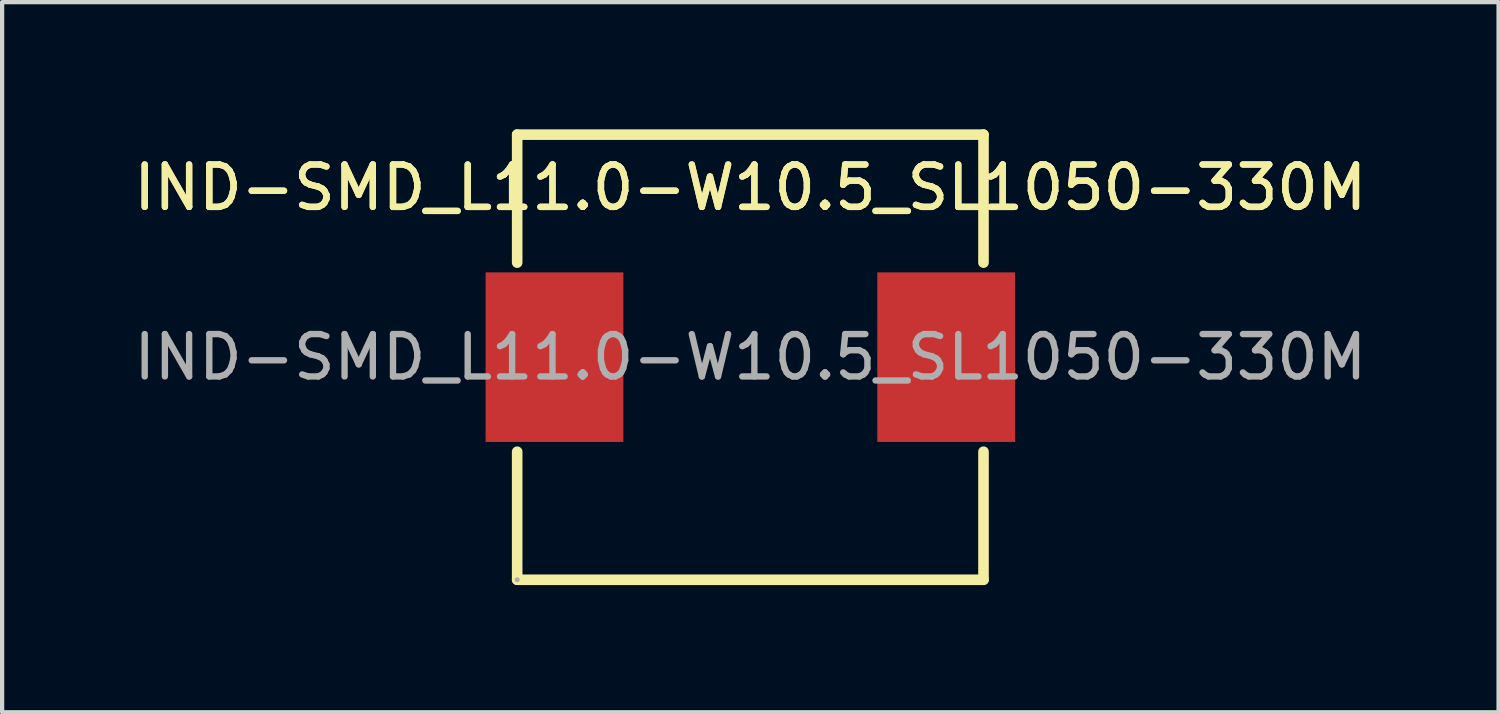
<source format=kicad_pcb>
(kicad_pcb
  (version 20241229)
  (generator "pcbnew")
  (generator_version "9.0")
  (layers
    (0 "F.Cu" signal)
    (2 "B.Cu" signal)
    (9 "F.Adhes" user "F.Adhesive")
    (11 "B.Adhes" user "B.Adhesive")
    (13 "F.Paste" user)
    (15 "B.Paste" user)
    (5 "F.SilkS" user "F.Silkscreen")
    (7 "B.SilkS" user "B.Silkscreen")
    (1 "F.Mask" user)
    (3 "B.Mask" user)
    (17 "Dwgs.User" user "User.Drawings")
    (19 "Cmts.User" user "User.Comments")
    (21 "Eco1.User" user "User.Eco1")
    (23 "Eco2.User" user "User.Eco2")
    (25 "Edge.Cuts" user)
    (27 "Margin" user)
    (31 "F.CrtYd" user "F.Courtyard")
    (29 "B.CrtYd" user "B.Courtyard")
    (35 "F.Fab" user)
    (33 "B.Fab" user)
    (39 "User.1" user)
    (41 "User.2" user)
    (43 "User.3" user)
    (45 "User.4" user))
  (footprint "IND-SMD_L11.0-W10.5_SL1050-330M"
    (layer "F.Cu")
    (at 14.649 5.375)
    (property "Reference" "IND-SMD_L11.0-W10.5_SL1050-330M" (at 0 -4 0) (layer "F.SilkS") (effects (font (size 1 1) (thickness 0.15))))
    (attr through_hole)
    (fp_line (start -5.5 -5.25) (end 5.5 -5.25) (stroke (width 0.25) (type solid)) (layer "F.SilkS"))
    (fp_line (start -5.5 -2.23) (end -5.5 -5.25) (stroke (width 0.25) (type solid)) (layer "F.SilkS"))
    (fp_line (start -5.5 5.25) (end -5.5 2.23) (stroke (width 0.25) (type solid)) (layer "F.SilkS"))
    (fp_line (start 5.5 -5.25) (end 5.5 -2.23) (stroke (width 0.25) (type solid)) (layer "F.SilkS"))
    (fp_line (start 5.5 2.23) (end 5.5 5.25) (stroke (width 0.25) (type solid)) (layer "F.SilkS"))
    (fp_line (start 5.5 5.25) (end -5.5 5.25) (stroke (width 0.25) (type solid)) (layer "F.SilkS"))
    (fp_circle (center -5.5 5.25) (end -5.47 5.25) (stroke (width 0.06) (type solid)) (fill no) (layer "F.Fab"))
    (fp_text user "${REFERENCE}" (at 0 -4 0) (layer "F.SilkS") (effects (font (size 1 1) (thickness 0.15))))
    (fp_text user "${REFERENCE}" (at 0 0 0) (layer "F.Fab") (effects (font (size 1 1) (thickness 0.15))))
    (pad "1" smd rect (at -4.62 0) (size 3.25 4) (layers "F.Cu" "F.Mask" "F.Paste"))
    (pad "2" smd rect (at 4.62 0) (size 3.25 4) (layers "F.Cu" "F.Mask" "F.Paste")))
  (gr_rect
    (start -3 -3)
    (end 32.298 13.75)
    (stroke (width 0.1) (type default))
    (fill no)
    (layer "Edge.Cuts")))
</source>
